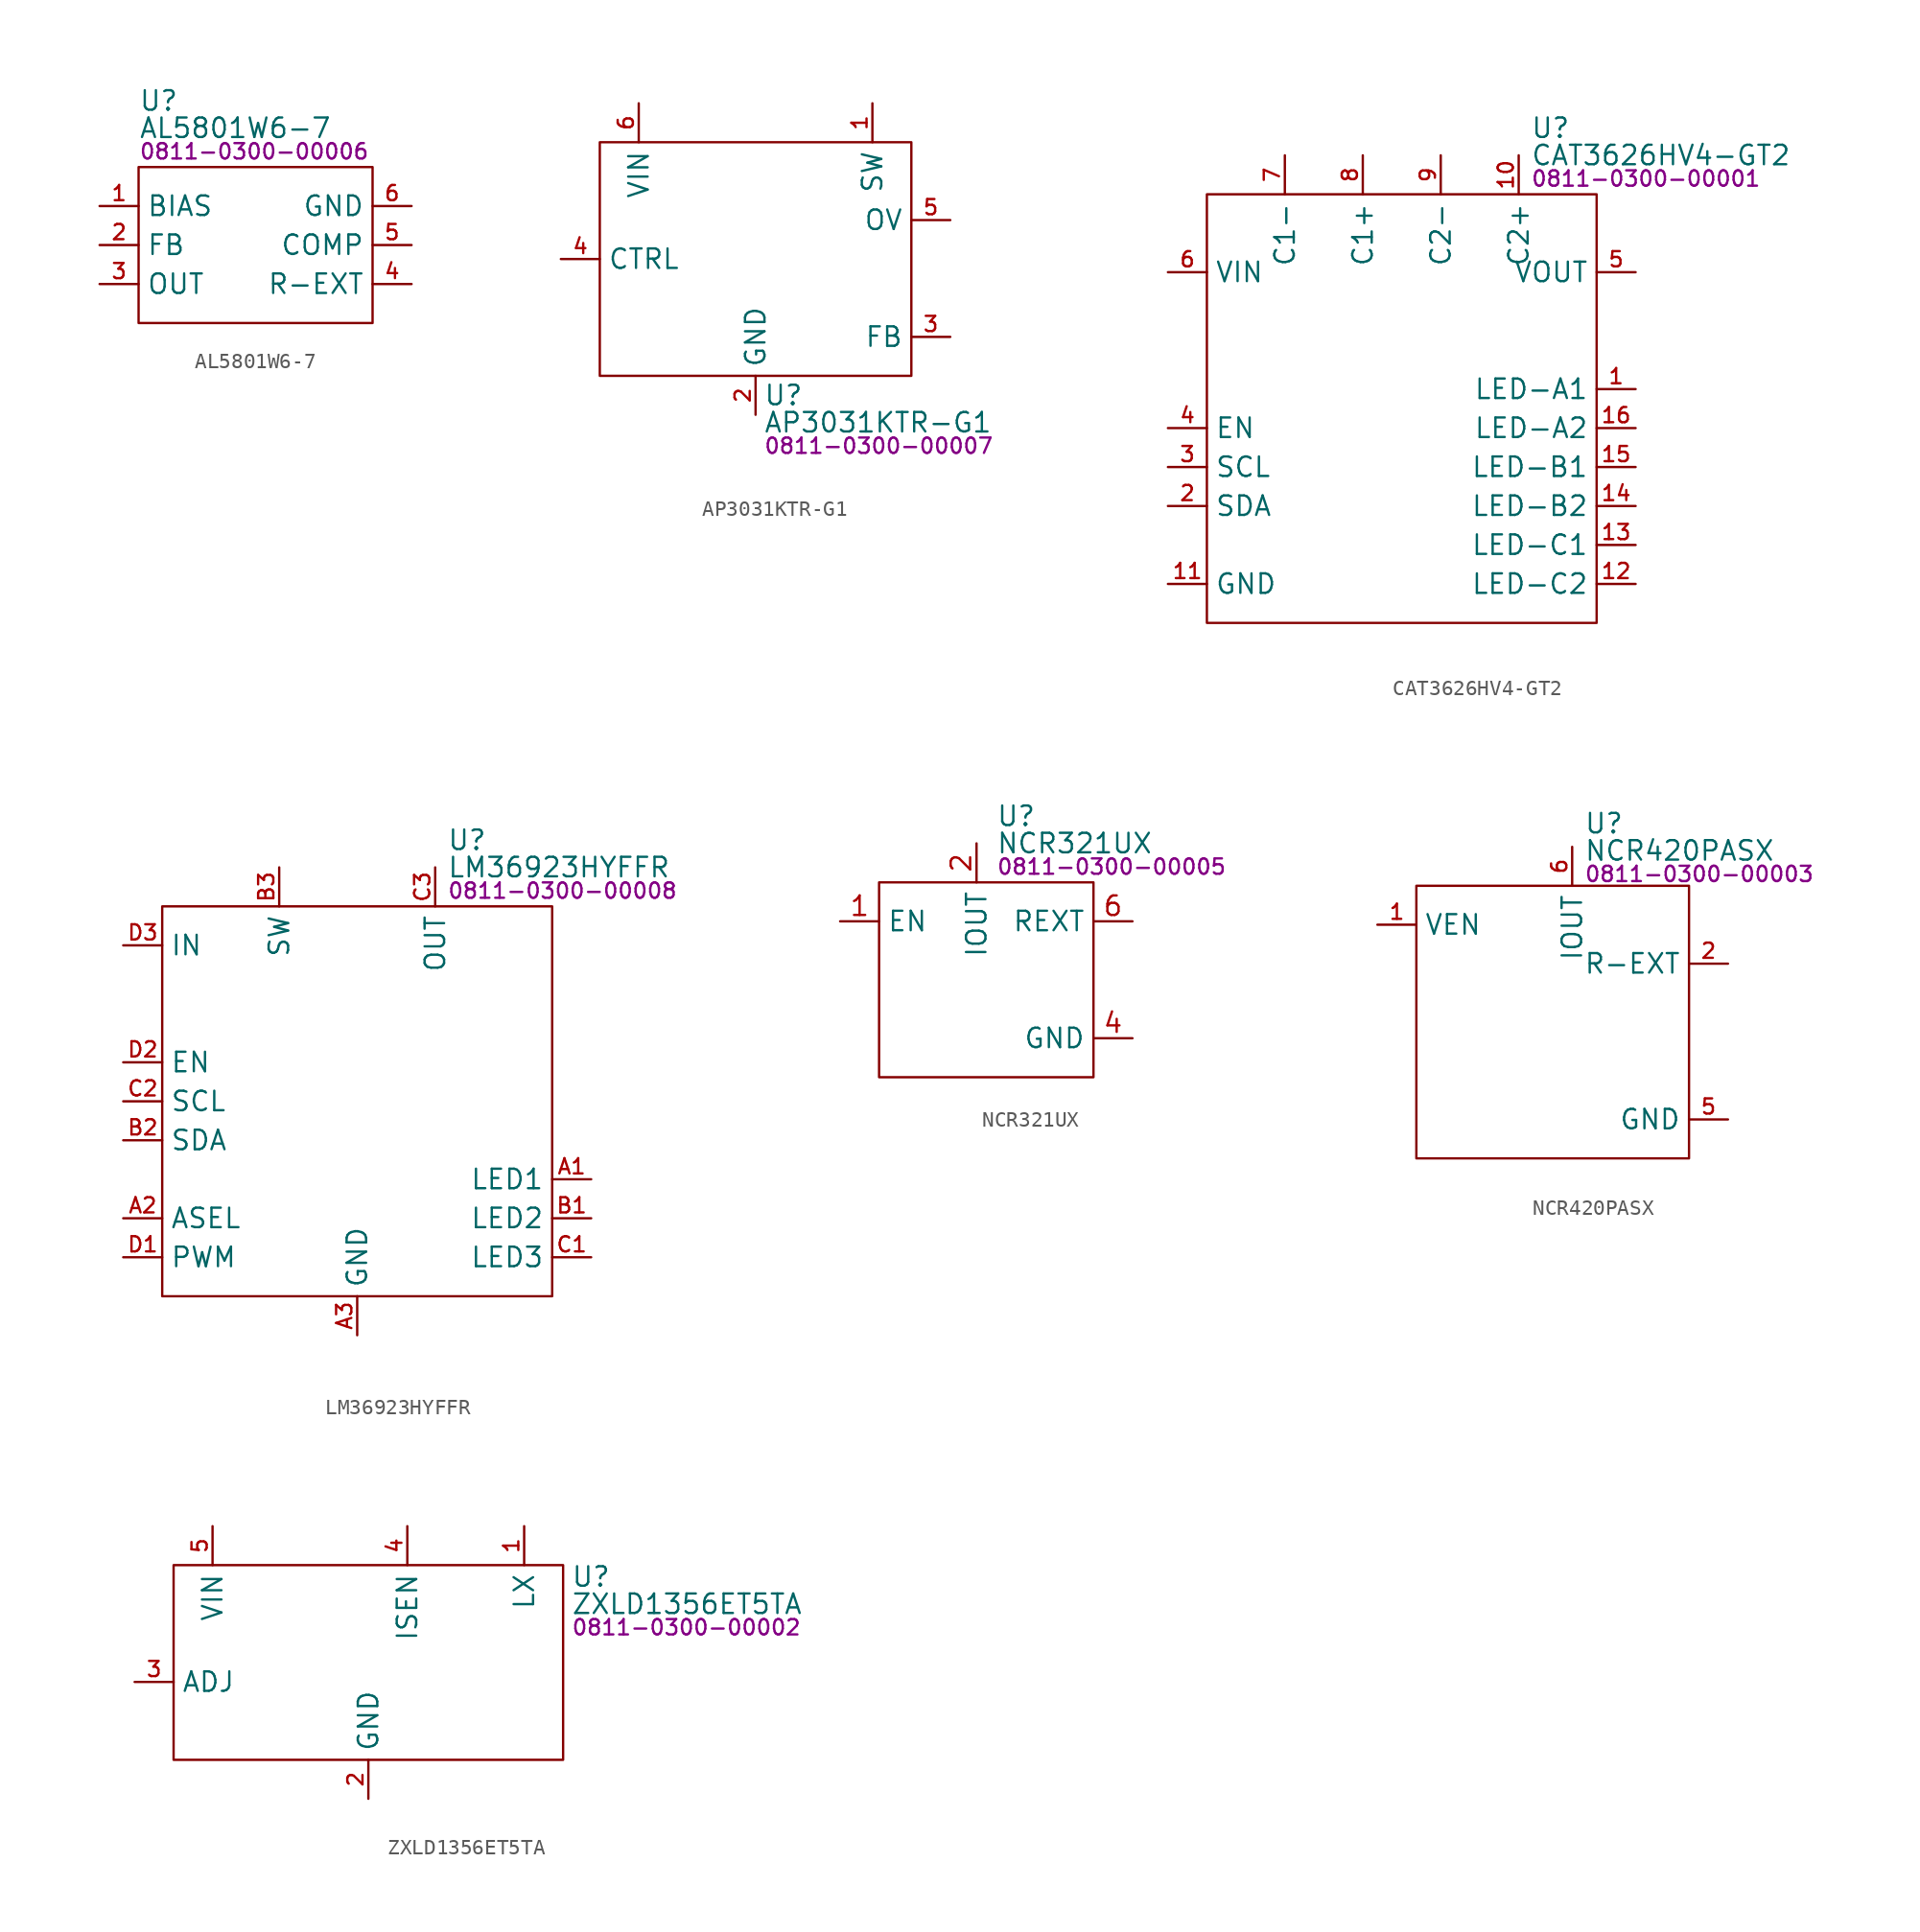
<source format=kicad_sym>
(kicad_symbol_lib
  (version 20231120)
  (generator "kicad_symbol_editor")
  (generator_version "8.0")
  (symbol "AL5801W6-7"
    (property "Reference" "U"
      (at 0 4.318 0)
      (effects (font (size 1.27 1.27)) (justify left)))
    (property "Value" "AL5801W6-7"
      (at 0 2.54 0)
      (effects (font (size 1.27 1.27)) (justify left)))
    (property "PartNumber" "0811-0300-00006"
      (at 0 1.016 0)
      (effects (font (size 1 1)) (justify left)))
    (symbol "AL5801W6-7_0_0"
      (pin passive line (at -2.54 -2.54 0) (length 2.54) (name "BIAS" (effects (font (size 1.27 1.27)))) (number "1" (effects (font (size 0.991 0.991)))))
      (pin input line (at -2.54 -5.08 0) (length 2.54) (name "FB" (effects (font (size 1.27 1.27)))) (number "2" (effects (font (size 0.991 0.991)))))
      (pin output line (at -2.54 -7.62 0) (length 2.54) (name "OUT" (effects (font (size 1.27 1.27)))) (number "3" (effects (font (size 0.991 0.991)))))
      (pin input line (at 17.78 -7.62 180) (length 2.54) (name "R-EXT" (effects (font (size 1.27 1.27)))) (number "4" (effects (font (size 0.991 0.991)))))
      (pin input line (at 17.78 -5.08 180) (length 2.54) (name "COMP" (effects (font (size 1.27 1.27)))) (number "5" (effects (font (size 0.991 0.991)))))
      (pin power_in line (at 17.78 -2.54 180) (length 2.54) (name "GND" (effects (font (size 1.27 1.27)))) (number "6" (effects (font (size 0.991 0.991))))))
    (symbol "AL5801W6-7_0_1"
      (rectangle (start 0 0) (end 15.24 -10.16) (stroke (width 0) (type default)) (fill (type none)))))
  (symbol "AP3031KTR-G1"
    (property "Reference" "U"
      (at 10.668 -16.51 0)
      (effects (font (size 1.27 1.27)) (justify left)))
    (property "Value" "AP3031KTR-G1"
      (at 10.668 -18.288 0)
      (effects (font (size 1.27 1.27)) (justify left)))
    (property "PartNumber" "0811-0300-00007"
      (at 10.668 -19.812 0)
      (effects (font (size 1 1)) (justify left)))
    (symbol "AP3031KTR-G1_0_0"
      (pin output line (at 17.78 2.54 270) (length 2.54) (name "SW" (effects (font (size 1.27 1.27)))) (number "1" (effects (font (size 0.991 0.991)))))
      (pin power_in line (at 10.16 -17.78 90) (length 2.54) (name "GND" (effects (font (size 1.27 1.27)))) (number "2" (effects (font (size 0.991 0.991)))))
      (pin input line (at 22.86 -12.7 180) (length 2.54) (name "FB" (effects (font (size 1.27 1.27)))) (number "3" (effects (font (size 0.991 0.991)))))
      (pin input line (at -2.54 -7.62 0) (length 2.54) (name "CTRL" (effects (font (size 1.27 1.27)))) (number "4" (effects (font (size 0.991 0.991)))))
      (pin input line (at 22.86 -5.08 180) (length 2.54) (name "OV" (effects (font (size 1.27 1.27)))) (number "5" (effects (font (size 0.991 0.991)))))
      (pin power_in line (at 2.54 2.54 270) (length 2.54) (name "VIN" (effects (font (size 1.27 1.27)))) (number "6" (effects (font (size 0.991 0.991))))))
    (symbol "AP3031KTR-G1_0_1"
      (rectangle (start 0 0) (end 20.32 -15.24) (stroke (width 0) (type default)) (fill (type none)))))
  (symbol "CAT3626HV4-GT2"
    (property "Reference" "U"
      (at 21.082 4.318 0)
      (effects (font (size 1.27 1.27)) (justify left)))
    (property "Value" "CAT3626HV4-GT2"
      (at 21.082 2.54 0)
      (effects (font (size 1.27 1.27)) (justify left)))
    (property "PartNumber" "0811-0300-00001"
      (at 21.082 1.016 0)
      (effects (font (size 1 1)) (justify left)))
    (symbol "CAT3626HV4-GT2_0_0"
      (pin input line (at 27.94 -12.7 180) (length 2.54) (name "LED-A1" (effects (font (size 1.27 1.27)))) (number "1" (effects (font (size 0.991 0.991)))))
      (pin passive line (at 20.32 2.54 270) (length 2.54) (name "C2+" (effects (font (size 1.27 1.27)))) (number "10" (effects (font (size 0.991 0.991)))))
      (pin power_in line (at -2.54 -25.4 0) (length 2.54) (name "GND" (effects (font (size 1.27 1.27)))) (number "11" (effects (font (size 0.991 0.991)))))
      (pin input line (at 27.94 -25.4 180) (length 2.54) (name "LED-C2" (effects (font (size 1.27 1.27)))) (number "12" (effects (font (size 0.991 0.991)))))
      (pin input line (at 27.94 -22.86 180) (length 2.54) (name "LED-C1" (effects (font (size 1.27 1.27)))) (number "13" (effects (font (size 0.991 0.991)))))
      (pin input line (at 27.94 -20.32 180) (length 2.54) (name "LED-B2" (effects (font (size 1.27 1.27)))) (number "14" (effects (font (size 0.991 0.991)))))
      (pin input line (at 27.94 -17.78 180) (length 2.54) (name "LED-B1" (effects (font (size 1.27 1.27)))) (number "15" (effects (font (size 0.991 0.991)))))
      (pin input line (at 27.94 -15.24 180) (length 2.54) (name "LED-A2" (effects (font (size 1.27 1.27)))) (number "16" (effects (font (size 0.991 0.991)))))
      (pin power_in line (at -2.54 -25.4 0) (length 2.54) hide (name "GND" (effects (font (size 1.27 1.27)))) (number "17" (effects (font (size 0.991 0.991)))))
      (pin bidirectional line (at -2.54 -20.32 0) (length 2.54) (name "SDA" (effects (font (size 1.27 1.27)))) (number "2" (effects (font (size 0.991 0.991)))))
      (pin input line (at -2.54 -17.78 0) (length 2.54) (name "SCL" (effects (font (size 1.27 1.27)))) (number "3" (effects (font (size 0.991 0.991)))))
      (pin input line (at -2.54 -15.24 0) (length 2.54) (name "EN" (effects (font (size 1.27 1.27)))) (number "4" (effects (font (size 0.991 0.991)))))
      (pin power_out line (at 27.94 -5.08 180) (length 2.54) (name "VOUT" (effects (font (size 1.27 1.27)))) (number "5" (effects (font (size 0.991 0.991)))))
      (pin power_in line (at -2.54 -5.08 0) (length 2.54) (name "VIN" (effects (font (size 1.27 1.27)))) (number "6" (effects (font (size 0.991 0.991)))))
      (pin passive line (at 5.08 2.54 270) (length 2.54) (name "C1-" (effects (font (size 1.27 1.27)))) (number "7" (effects (font (size 0.991 0.991)))))
      (pin passive line (at 10.16 2.54 270) (length 2.54) (name "C1+" (effects (font (size 1.27 1.27)))) (number "8" (effects (font (size 0.991 0.991)))))
      (pin passive line (at 15.24 2.54 270) (length 2.54) (name "C2-" (effects (font (size 1.27 1.27)))) (number "9" (effects (font (size 0.991 0.991))))))
    (symbol "CAT3626HV4-GT2_0_1"
      (rectangle (start 0 0) (end 25.4 -27.94) (stroke (width 0) (type default)) (fill (type none)))))
  (symbol "LM36923HYFFR"
    (property "Reference" "U"
      (at 18.542 4.318 0)
      (effects (font (size 1.27 1.27)) (justify left)))
    (property "Value" "LM36923HYFFR"
      (at 18.542 2.54 0)
      (effects (font (size 1.27 1.27)) (justify left)))
    (property "PartNumber" "0811-0300-00008"
      (at 18.542 1.016 0)
      (effects (font (size 1 1)) (justify left)))
    (symbol "LM36923HYFFR_0_0"
      (pin input line (at 27.94 -17.78 180) (length 2.54) (name "LED1" (effects (font (size 1.27 1.27)))) (number "A1" (effects (font (size 0.991 0.991)))))
      (pin input line (at -2.54 -20.32 0) (length 2.54) (name "ASEL" (effects (font (size 1.27 1.27)))) (number "A2" (effects (font (size 0.991 0.991)))))
      (pin power_in line (at 12.7 -27.94 90) (length 2.54) (name "GND" (effects (font (size 1.27 1.27)))) (number "A3" (effects (font (size 0.991 0.991)))))
      (pin input line (at 27.94 -20.32 180) (length 2.54) (name "LED2" (effects (font (size 1.27 1.27)))) (number "B1" (effects (font (size 0.991 0.991)))))
      (pin bidirectional line (at -2.54 -15.24 0) (length 2.54) (name "SDA" (effects (font (size 1.27 1.27)))) (number "B2" (effects (font (size 0.991 0.991)))))
      (pin output line (at 7.62 2.54 270) (length 2.54) (name "SW" (effects (font (size 1.27 1.27)))) (number "B3" (effects (font (size 0.991 0.991)))))
      (pin input line (at 27.94 -22.86 180) (length 2.54) (name "LED3" (effects (font (size 1.27 1.27)))) (number "C1" (effects (font (size 0.991 0.991)))))
      (pin input line (at -2.54 -12.7 0) (length 2.54) (name "SCL" (effects (font (size 1.27 1.27)))) (number "C2" (effects (font (size 0.991 0.991)))))
      (pin input line (at 17.78 2.54 270) (length 2.54) (name "OUT" (effects (font (size 1.27 1.27)))) (number "C3" (effects (font (size 0.991 0.991)))))
      (pin input line (at -2.54 -22.86 0) (length 2.54) (name "PWM" (effects (font (size 1.27 1.27)))) (number "D1" (effects (font (size 0.991 0.991)))))
      (pin input line (at -2.54 -10.16 0) (length 2.54) (name "EN" (effects (font (size 1.27 1.27)))) (number "D2" (effects (font (size 0.991 0.991)))))
      (pin power_in line (at -2.54 -2.54 0) (length 2.54) (name "IN" (effects (font (size 1.27 1.27)))) (number "D3" (effects (font (size 0.991 0.991))))))
    (symbol "LM36923HYFFR_0_1"
      (rectangle (start 0 0) (end 25.4 -25.4) (stroke (width 0) (type default)) (fill (type none)))))
  (symbol "NCR321UX"
    (property "Reference" "U"
      (at 7.62 4.318 0)
      (effects (font (size 1.27 1.27)) (justify left)))
    (property "Value" "NCR321UX"
      (at 7.62 2.54 0)
      (effects (font (size 1.27 1.27)) (justify left)))
    (property "PartNumber" "0811-0300-00005"
      (at 7.62 1.016 0)
      (effects (font (size 1 1)) (justify left)))
    (symbol "NCR321UX_0_0"
      (pin input line (at -2.54 -2.54 0) (length 2.54) (name "EN" (effects (font (size 1.27 1.27)))) (number "1" (effects (font (size 1.27 1.27)))))
      (pin input line (at 6.35 2.54 270) (length 2.54) (name "IOUT" (effects (font (size 1.27 1.27)))) (number "2" (effects (font (size 1.27 1.27)))))
      (pin input line (at 6.35 2.54 270) (length 2.54) hide (name "IOUT" (effects (font (size 1.27 1.27)))) (number "3" (effects (font (size 1.27 1.27)))))
      (pin power_in line (at 16.51 -10.16 180) (length 2.54) (name "GND" (effects (font (size 1.27 1.27)))) (number "4" (effects (font (size 1.27 1.27)))))
      (pin input line (at 6.35 2.54 270) (length 2.54) hide (name "IOUT" (effects (font (size 1.27 1.27)))) (number "5" (effects (font (size 1.27 1.27)))))
      (pin input line (at 16.51 -2.54 180) (length 2.54) (name "REXT" (effects (font (size 1.27 1.27)))) (number "6" (effects (font (size 1.27 1.27))))))
    (symbol "NCR321UX_0_1"
      (rectangle (start 0 0) (end 13.97 -12.7) (stroke (width 0) (type default)) (fill (type none)))))
  (symbol "NCR420PASX"
    (property "Reference" "U"
      (at 10.922 4.064 0)
      (effects (font (size 1.27 1.27)) (justify left)))
    (property "Value" "NCR420PASX"
      (at 10.922 2.286 0)
      (effects (font (size 1.27 1.27)) (justify left)))
    (property "PartNumber" "0811-0300-00003"
      (at 10.922 0.762 0)
      (effects (font (size 1 1)) (justify left)))
    (symbol "NCR420PASX_0_0"
      (pin input line (at -2.54 -2.54 0) (length 2.54) (name "VEN" (effects (font (size 1.27 1.27)))) (number "1" (effects (font (size 0.991 0.991)))))
      (pin passive line (at 20.32 -5.08 180) (length 2.54) (name "R-EXT" (effects (font (size 1.27 1.27)))) (number "2" (effects (font (size 0.991 0.991)))))
      (pin no_connect line (at 5.08 -7.62 0) (length 2.54) hide (name "NC" (effects (font (size 1.27 1.27)))) (number "3" (effects (font (size 0.991 0.991)))))
      (pin no_connect line (at 5.08 -10.16 0) (length 2.54) hide (name "NC" (effects (font (size 1.27 1.27)))) (number "4" (effects (font (size 0.991 0.991)))))
      (pin power_in line (at 20.32 -15.24 180) (length 2.54) (name "GND" (effects (font (size 1.27 1.27)))) (number "5" (effects (font (size 0.991 0.991)))))
      (pin input line (at 10.16 2.54 270) (length 2.54) (name "IOUT" (effects (font (size 1.27 1.27)))) (number "6" (effects (font (size 0.991 0.991)))))
      (pin input line (at 10.16 2.54 270) (length 2.54) hide (name "IOUT" (effects (font (size 1.27 1.27)))) (number "7" (effects (font (size 0.991 0.991)))))
      (pin no_connect line (at 5.08 -12.7 0) (length 2.54) hide (name "NC" (effects (font (size 1.27 1.27)))) (number "8" (effects (font (size 0.991 0.991))))))
    (symbol "NCR420PASX_0_1"
      (rectangle (start 0 0) (end 17.78 -17.78) (stroke (width 0) (type default)) (fill (type none)))))
  (symbol "ZXLD1356ET5TA"
    (property "Reference" "U"
      (at 25.908 -0.762 0)
      (effects (font (size 1.27 1.27)) (justify left)))
    (property "Value" "ZXLD1356ET5TA"
      (at 25.908 -2.54 0)
      (effects (font (size 1.27 1.27)) (justify left)))
    (property "PartNumber" "0811-0300-00002"
      (at 25.908 -4.064 0)
      (effects (font (size 1 1)) (justify left)))
    (symbol "ZXLD1356ET5TA_0_0"
      (pin output line (at 22.86 2.54 270) (length 2.54) (name "LX" (effects (font (size 1.27 1.27)))) (number "1" (effects (font (size 0.991 0.991)))))
      (pin power_in line (at 12.7 -15.24 90) (length 2.54) (name "GND" (effects (font (size 1.27 1.27)))) (number "2" (effects (font (size 0.991 0.991)))))
      (pin input line (at -2.54 -7.62 0) (length 2.54) (name "ADJ" (effects (font (size 1.27 1.27)))) (number "3" (effects (font (size 0.991 0.991)))))
      (pin input line (at 15.24 2.54 270) (length 2.54) (name "ISEN" (effects (font (size 1.27 1.27)))) (number "4" (effects (font (size 0.991 0.991)))))
      (pin power_in line (at 2.54 2.54 270) (length 2.54) (name "VIN" (effects (font (size 1.27 1.27)))) (number "5" (effects (font (size 0.991 0.991))))))
    (symbol "ZXLD1356ET5TA_0_1"
      (rectangle (start 0 0) (end 25.4 -12.7) (stroke (width 0) (type default)) (fill (type none))))))
</source>
